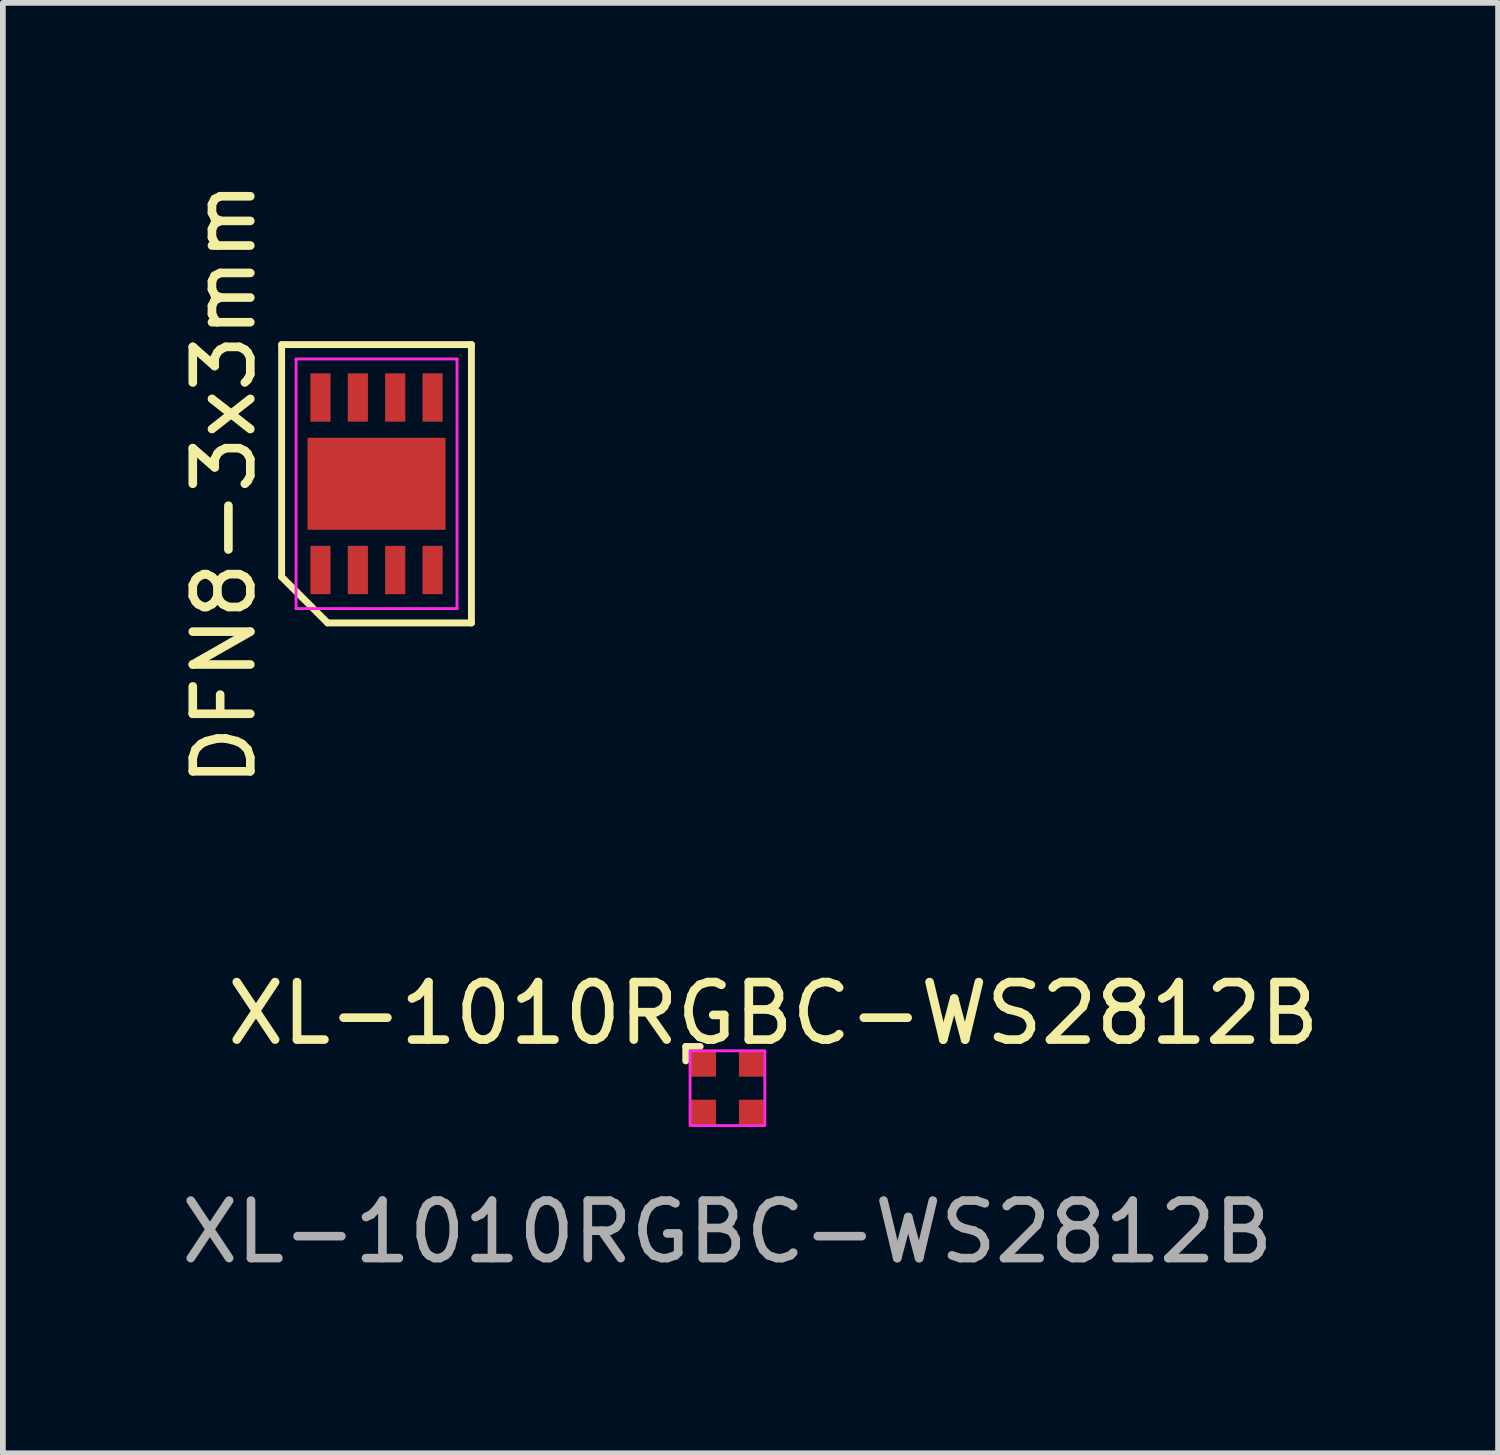
<source format=kicad_pcb>
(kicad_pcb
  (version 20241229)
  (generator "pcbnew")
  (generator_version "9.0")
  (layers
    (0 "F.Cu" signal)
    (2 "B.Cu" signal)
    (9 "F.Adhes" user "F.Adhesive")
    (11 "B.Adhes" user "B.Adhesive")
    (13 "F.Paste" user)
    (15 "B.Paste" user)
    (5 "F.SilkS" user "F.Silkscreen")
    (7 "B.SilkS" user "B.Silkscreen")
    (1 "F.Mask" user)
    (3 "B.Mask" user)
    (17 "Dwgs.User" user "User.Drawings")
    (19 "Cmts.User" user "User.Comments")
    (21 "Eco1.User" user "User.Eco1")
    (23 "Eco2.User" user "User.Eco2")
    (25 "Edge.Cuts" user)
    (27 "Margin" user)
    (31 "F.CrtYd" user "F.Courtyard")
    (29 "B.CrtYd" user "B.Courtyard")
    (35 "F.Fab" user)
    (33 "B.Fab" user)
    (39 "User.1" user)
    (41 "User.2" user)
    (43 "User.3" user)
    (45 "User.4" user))
  (footprint "DFN8-3x3mm"
    (layer "F.Cu")
    (at 3.498 5.363)
    (property "Reference" "DFN8-3x3mm" (at -2.65 0 90) (layer "F.SilkS") (effects (font (size 1 1) (thickness 0.15))))
    (attr smd)
    (fp_line (start -1.65 -2.42) (end 1.65 -2.42) (stroke (width 0.12) (type default)) (layer "F.SilkS"))
    (fp_line (start -1.65 1.62) (end -1.65 -2.42) (stroke (width 0.12) (type default)) (layer "F.SilkS"))
    (fp_line (start -0.85 2.42) (end -1.65 1.62) (stroke (width 0.12) (type default)) (layer "F.SilkS"))
    (fp_line (start 1.65 -2.42) (end 1.65 2.42) (stroke (width 0.12) (type default)) (layer "F.SilkS"))
    (fp_line (start 1.65 2.42) (end -0.85 2.42) (stroke (width 0.12) (type default)) (layer "F.SilkS"))
    (fp_line (start -1.4 -2.17) (end 1.4 -2.17) (stroke (width 0.05) (type default)) (layer "F.CrtYd"))
    (fp_line (start -1.4 2.17) (end -1.4 -2.17) (stroke (width 0.05) (type default)) (layer "F.CrtYd"))
    (fp_line (start 1.4 -2.17) (end 1.4 2.17) (stroke (width 0.05) (type default)) (layer "F.CrtYd"))
    (fp_line (start 1.4 2.17) (end -1.4 2.17) (stroke (width 0.05) (type default)) (layer "F.CrtYd"))
    (pad "1" smd rect (at -0.975 1.5) (size 0.35 0.84) (layers "F.Cu" "F.Mask" "F.Paste"))
    (pad "2" smd rect (at -0.325 1.5) (size 0.35 0.84) (layers "F.Cu" "F.Mask" "F.Paste"))
    (pad "3" smd rect (at 0.325 1.5) (size 0.35 0.84) (layers "F.Cu" "F.Mask" "F.Paste"))
    (pad "4" smd rect (at 0.975 1.5) (size 0.35 0.84) (layers "F.Cu" "F.Mask" "F.Paste"))
    (pad "5" smd rect (at 0.975 -1.5) (size 0.35 0.84) (layers "F.Cu" "F.Mask" "F.Paste"))
    (pad "6" smd rect (at 0.325 -1.5) (size 0.35 0.84) (layers "F.Cu" "F.Mask" "F.Paste"))
    (pad "7" smd rect (at -0.325 -1.5) (size 0.35 0.84) (layers "F.Cu" "F.Mask" "F.Paste"))
    (pad "8" smd rect (at -0.975 -1.5) (size 0.35 0.84) (layers "F.Cu" "F.Mask" "F.Paste"))
    (pad "9" smd rect (at 0 0) (size 2.4 1.6) (layers "F.Cu" "F.Mask" "F.Paste")))
  (footprint "XL-1010RGBC-WS2812B"
    (layer "F.Cu")
    (at 9.601 15.874)
    (property "Reference" "XL-1010RGBC-WS2812B" (at 0.8 -1.3 0) (unlocked yes) (layer "F.SilkS") (effects (font (size 1 1) (thickness 0.15))))
    (attr smd)
    (fp_line (start -0.725 -0.725) (end -0.725 -0.475) (stroke (width 0.12) (type default)) (layer "F.SilkS"))
    (fp_line (start -0.475 -0.725) (end -0.725 -0.725) (stroke (width 0.12) (type default)) (layer "F.SilkS"))
    (fp_rect (start -0.65 -0.65) (end 0.65 0.65) (stroke (width 0.05) (type default)) (fill no) (layer "F.CrtYd"))
    (fp_text user "${REFERENCE}" (at 0 2.5 0) (unlocked yes) (layer "F.Fab") (effects (font (size 1 1) (thickness 0.15))))
    (pad "1" smd rect (at -0.425 -0.425 90) (size 0.45 0.45) (layers "F.Cu" "F.Mask" "F.Paste"))
    (pad "2" smd rect (at -0.425 0.425 90) (size 0.45 0.45) (layers "F.Cu" "F.Mask" "F.Paste"))
    (pad "3" smd rect (at 0.425 0.425 90) (size 0.45 0.45) (layers "F.Cu" "F.Mask" "F.Paste"))
    (pad "4" smd rect (at 0.425 -0.425 90) (size 0.45 0.45) (layers "F.Cu" "F.Mask" "F.Paste")))
  (gr_rect
    (start -3 -3)
    (end 23.002 22.223)
    (stroke (width 0.1) (type default))
    (fill no)
    (layer "Edge.Cuts")))
</source>
